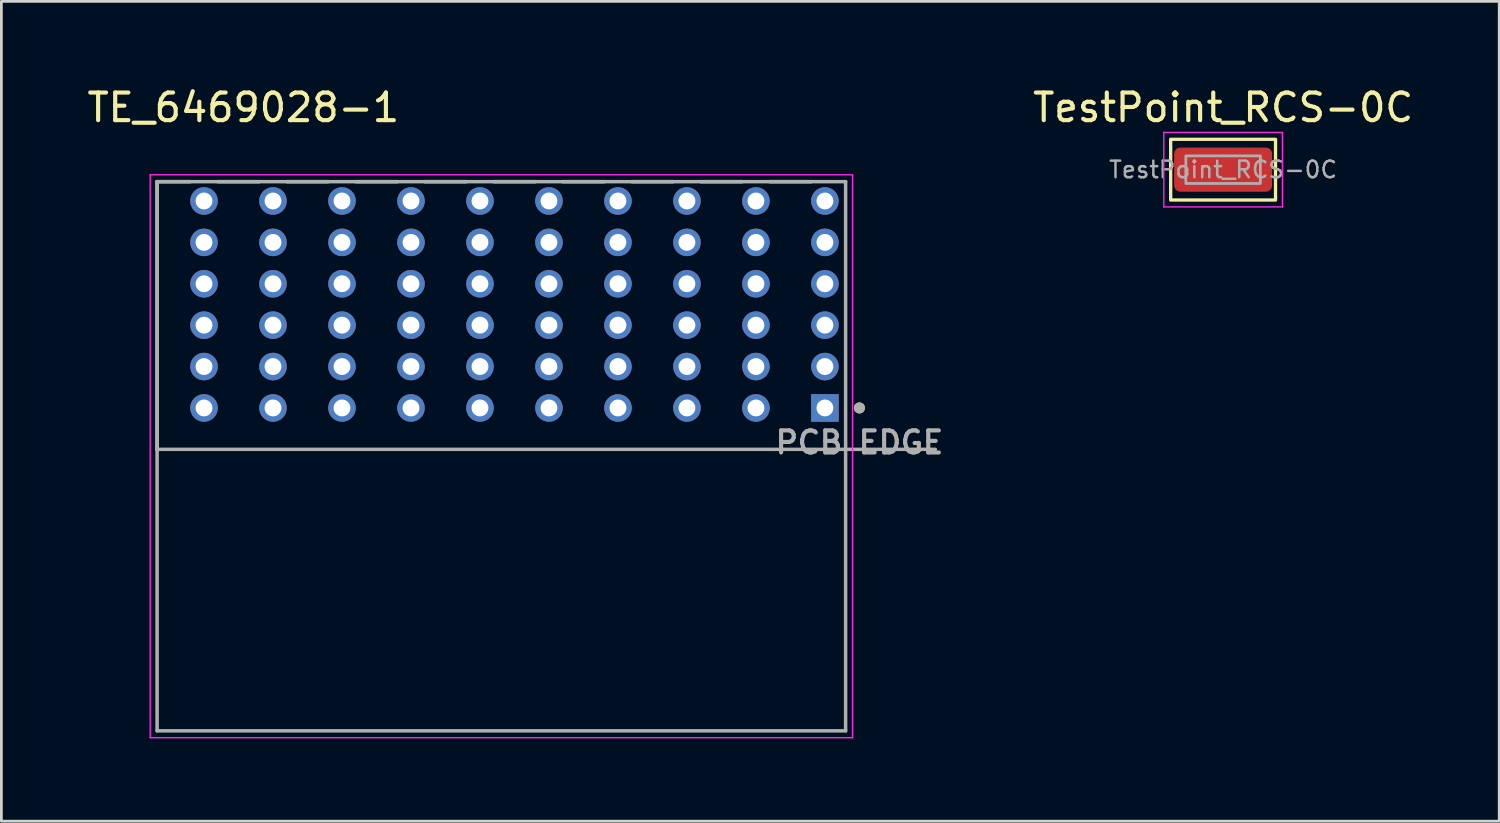
<source format=kicad_pcb>
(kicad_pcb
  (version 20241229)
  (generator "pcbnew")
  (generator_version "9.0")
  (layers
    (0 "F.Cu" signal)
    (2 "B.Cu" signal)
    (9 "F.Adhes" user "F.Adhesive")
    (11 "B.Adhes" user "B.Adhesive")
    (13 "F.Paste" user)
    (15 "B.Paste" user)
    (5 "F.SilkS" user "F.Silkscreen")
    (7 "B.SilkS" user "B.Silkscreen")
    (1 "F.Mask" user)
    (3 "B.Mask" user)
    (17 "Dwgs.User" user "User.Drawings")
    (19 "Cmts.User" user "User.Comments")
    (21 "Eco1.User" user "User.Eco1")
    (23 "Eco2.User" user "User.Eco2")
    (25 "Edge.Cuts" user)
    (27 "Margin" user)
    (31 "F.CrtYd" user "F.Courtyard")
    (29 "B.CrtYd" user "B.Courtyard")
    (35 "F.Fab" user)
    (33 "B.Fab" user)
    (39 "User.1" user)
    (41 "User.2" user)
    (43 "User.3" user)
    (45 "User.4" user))
  (footprint "TestPoint_RCS-0C"
    (layer "F.Cu")
    (at 41.272 3.098)
    (property "Reference" "TestPoint_RCS-0C" (at 0 -2.25 0) (layer "F.SilkS") (effects (font (size 1 1) (thickness 0.15))))
    (attr smd)
    (fp_rect (start -1.9 -1.1) (end 1.9 1.1) (stroke (width 0.12) (type default)) (fill no) (layer "F.SilkS"))
    (fp_line (start -2.15 -1.35) (end 2.15 -1.35) (stroke (width 0.05) (type solid)) (layer "F.CrtYd"))
    (fp_line (start -2.15 1.35) (end -2.15 -1.35) (stroke (width 0.05) (type solid)) (layer "F.CrtYd"))
    (fp_line (start 2.15 -1.35) (end 2.15 1.35) (stroke (width 0.05) (type solid)) (layer "F.CrtYd"))
    (fp_line (start 2.15 1.35) (end -2.15 1.35) (stroke (width 0.05) (type solid)) (layer "F.CrtYd"))
    (fp_rect (start -1.35 -0.5) (end 1.35 0.5) (stroke (width 0.1) (type default)) (fill no) (layer "F.Fab"))
    (fp_text user "${REFERENCE}" (at 0 0 0) (layer "F.Fab") (effects (font (size 0.6 0.6) (thickness 0.09))))
    (pad "1" smd roundrect (at 0 0) (size 3.55 1.6) (layers "F.Cu" "F.Mask" "F.Paste") (roundrect_rratio 0.139)))
  (footprint "TE_6469028-1"
    (layer "F.Cu")
    (at 26.843 11.733)
    (property "Reference" "TE_6469028-1" (at -21.075 -10.885 0) (layer "F.SilkS") (effects (font (size 1 1) (thickness 0.15))))
    (attr through_hole)
    (fp_line (start -24.2 -8.2) (end -24.2 1.5) (stroke (width 0.127) (type solid)) (layer "F.SilkS"))
    (fp_line (start -24.2 -8.2) (end -23 -8.2) (stroke (width 0.127) (type solid)) (layer "F.SilkS"))
    (fp_line (start -22 -8.2) (end -20.5 -8.2) (stroke (width 0.127) (type solid)) (layer "F.SilkS"))
    (fp_line (start -19.5 -8.2) (end -18 -8.2) (stroke (width 0.127) (type solid)) (layer "F.SilkS"))
    (fp_line (start -17 -8.2) (end -15.5 -8.2) (stroke (width 0.127) (type solid)) (layer "F.SilkS"))
    (fp_line (start -14.5 -8.2) (end -13 -8.2) (stroke (width 0.127) (type solid)) (layer "F.SilkS"))
    (fp_line (start -12 -8.2) (end -10.5 -8.2) (stroke (width 0.127) (type solid)) (layer "F.SilkS"))
    (fp_line (start -9.5 -8.2) (end -8 -8.2) (stroke (width 0.127) (type solid)) (layer "F.SilkS"))
    (fp_line (start -7 -8.2) (end -5.5 -8.2) (stroke (width 0.127) (type solid)) (layer "F.SilkS"))
    (fp_line (start -4.5 -8.2) (end -3 -8.2) (stroke (width 0.127) (type solid)) (layer "F.SilkS"))
    (fp_line (start -2 -8.2) (end -0.5 -8.2) (stroke (width 0.127) (type solid)) (layer "F.SilkS"))
    (fp_circle (center 1.25 0) (end 1.35 0) (stroke (width 0.2) (type solid)) (fill no) (layer "F.SilkS"))
    (fp_line (start -24.45 -8.45) (end 1 -8.45) (stroke (width 0.05) (type solid)) (layer "F.CrtYd"))
    (fp_line (start -24.45 11.95) (end -24.45 -8.45) (stroke (width 0.05) (type solid)) (layer "F.CrtYd"))
    (fp_line (start 1 -8.45) (end 1 11.95) (stroke (width 0.05) (type solid)) (layer "F.CrtYd"))
    (fp_line (start 1 11.95) (end -24.45 11.95) (stroke (width 0.05) (type solid)) (layer "F.CrtYd"))
    (fp_line (start -24.2 -8.2) (end -24.2 1.5) (stroke (width 0.127) (type solid)) (layer "F.Fab"))
    (fp_line (start -24.2 -8.2) (end 0.75 -8.2) (stroke (width 0.127) (type solid)) (layer "F.Fab"))
    (fp_line (start -24.2 1.5) (end -24.2 11.7) (stroke (width 0.127) (type solid)) (layer "F.Fab"))
    (fp_line (start -24.2 1.5) (end 4 1.5) (stroke (width 0.127) (type solid)) (layer "F.Fab"))
    (fp_line (start -24.2 11.7) (end 0.75 11.7) (stroke (width 0.127) (type solid)) (layer "F.Fab"))
    (fp_line (start 0.75 -8.2) (end 0.75 11.7) (stroke (width 0.127) (type solid)) (layer "F.Fab"))
    (fp_circle (center 1.25 0) (end 1.35 0) (stroke (width 0.2) (type solid)) (fill no) (layer "F.Fab"))
    (fp_text user "PCB EDGE" (at 1.25 1.25 0) (layer "F.Fab") (effects (font (size 0.8 0.8) (thickness 0.15))))
    (pad "A1" thru_hole rect (at 0 0) (size 1 1) (drill 0.61) (layers "*.Cu" "*.Mask"))
    (pad "A2" thru_hole circle (at -2.5 0) (size 1 1) (drill 0.61) (layers "*.Cu" "*.Mask"))
    (pad "A3" thru_hole circle (at -5 0) (size 1 1) (drill 0.61) (layers "*.Cu" "*.Mask"))
    (pad "A4" thru_hole circle (at -7.5 0) (size 1 1) (drill 0.61) (layers "*.Cu" "*.Mask"))
    (pad "A5" thru_hole circle (at -10 0) (size 1 1) (drill 0.61) (layers "*.Cu" "*.Mask"))
    (pad "A6" thru_hole circle (at -12.5 0) (size 1 1) (drill 0.61) (layers "*.Cu" "*.Mask"))
    (pad "A7" thru_hole circle (at -15 0) (size 1 1) (drill 0.61) (layers "*.Cu" "*.Mask"))
    (pad "A8" thru_hole circle (at -17.5 0) (size 1 1) (drill 0.61) (layers "*.Cu" "*.Mask"))
    (pad "A9" thru_hole circle (at -20 0) (size 1 1) (drill 0.61) (layers "*.Cu" "*.Mask"))
    (pad "A10" thru_hole circle (at -22.5 0) (size 1 1) (drill 0.61) (layers "*.Cu" "*.Mask"))
    (pad "B1" thru_hole circle (at 0 -1.5) (size 1 1) (drill 0.61) (layers "*.Cu" "*.Mask"))
    (pad "B2" thru_hole circle (at -2.5 -1.5) (size 1 1) (drill 0.61) (layers "*.Cu" "*.Mask"))
    (pad "B3" thru_hole circle (at -5 -1.5) (size 1 1) (drill 0.61) (layers "*.Cu" "*.Mask"))
    (pad "B4" thru_hole circle (at -7.5 -1.5) (size 1 1) (drill 0.61) (layers "*.Cu" "*.Mask"))
    (pad "B5" thru_hole circle (at -10 -1.5) (size 1 1) (drill 0.61) (layers "*.Cu" "*.Mask"))
    (pad "B6" thru_hole circle (at -12.5 -1.5) (size 1 1) (drill 0.61) (layers "*.Cu" "*.Mask"))
    (pad "B7" thru_hole circle (at -15 -1.5) (size 1 1) (drill 0.61) (layers "*.Cu" "*.Mask"))
    (pad "B8" thru_hole circle (at -17.5 -1.5) (size 1 1) (drill 0.61) (layers "*.Cu" "*.Mask"))
    (pad "B9" thru_hole circle (at -20 -1.5) (size 1 1) (drill 0.61) (layers "*.Cu" "*.Mask"))
    (pad "B10" thru_hole circle (at -22.5 -1.5) (size 1 1) (drill 0.61) (layers "*.Cu" "*.Mask"))
    (pad "BG1" thru_hole circle (at 0 -3) (size 1 1) (drill 0.61) (layers "*.Cu" "*.Mask"))
    (pad "BG2" thru_hole circle (at -2.5 -3) (size 1 1) (drill 0.61) (layers "*.Cu" "*.Mask"))
    (pad "BG3" thru_hole circle (at -5 -3) (size 1 1) (drill 0.61) (layers "*.Cu" "*.Mask"))
    (pad "BG4" thru_hole circle (at -7.5 -3) (size 1 1) (drill 0.61) (layers "*.Cu" "*.Mask"))
    (pad "BG5" thru_hole circle (at -10 -3) (size 1 1) (drill 0.61) (layers "*.Cu" "*.Mask"))
    (pad "BG6" thru_hole circle (at -12.5 -3) (size 1 1) (drill 0.61) (layers "*.Cu" "*.Mask"))
    (pad "BG7" thru_hole circle (at -15 -3) (size 1 1) (drill 0.61) (layers "*.Cu" "*.Mask"))
    (pad "BG8" thru_hole circle (at -17.5 -3) (size 1 1) (drill 0.61) (layers "*.Cu" "*.Mask"))
    (pad "BG9" thru_hole circle (at -20 -3) (size 1 1) (drill 0.61) (layers "*.Cu" "*.Mask"))
    (pad "BG10" thru_hole circle (at -22.5 -3) (size 1 1) (drill 0.61) (layers "*.Cu" "*.Mask"))
    (pad "C1" thru_hole circle (at 0 -4.5) (size 1 1) (drill 0.61) (layers "*.Cu" "*.Mask"))
    (pad "C2" thru_hole circle (at -2.5 -4.5) (size 1 1) (drill 0.61) (layers "*.Cu" "*.Mask"))
    (pad "C3" thru_hole circle (at -5 -4.5) (size 1 1) (drill 0.61) (layers "*.Cu" "*.Mask"))
    (pad "C4" thru_hole circle (at -7.5 -4.5) (size 1 1) (drill 0.61) (layers "*.Cu" "*.Mask"))
    (pad "C5" thru_hole circle (at -10 -4.5) (size 1 1) (drill 0.61) (layers "*.Cu" "*.Mask"))
    (pad "C6" thru_hole circle (at -12.5 -4.5) (size 1 1) (drill 0.61) (layers "*.Cu" "*.Mask"))
    (pad "C7" thru_hole circle (at -15 -4.5) (size 1 1) (drill 0.61) (layers "*.Cu" "*.Mask"))
    (pad "C8" thru_hole circle (at -17.5 -4.5) (size 1 1) (drill 0.61) (layers "*.Cu" "*.Mask"))
    (pad "C9" thru_hole circle (at -20 -4.5) (size 1 1) (drill 0.61) (layers "*.Cu" "*.Mask"))
    (pad "C10" thru_hole circle (at -22.5 -4.5) (size 1 1) (drill 0.61) (layers "*.Cu" "*.Mask"))
    (pad "D1" thru_hole circle (at 0 -6) (size 1 1) (drill 0.61) (layers "*.Cu" "*.Mask"))
    (pad "D2" thru_hole circle (at -2.5 -6) (size 1 1) (drill 0.61) (layers "*.Cu" "*.Mask"))
    (pad "D3" thru_hole circle (at -5 -6) (size 1 1) (drill 0.61) (layers "*.Cu" "*.Mask"))
    (pad "D4" thru_hole circle (at -7.5 -6) (size 1 1) (drill 0.61) (layers "*.Cu" "*.Mask"))
    (pad "D5" thru_hole circle (at -10 -6) (size 1 1) (drill 0.61) (layers "*.Cu" "*.Mask"))
    (pad "D6" thru_hole circle (at -12.5 -6) (size 1 1) (drill 0.61) (layers "*.Cu" "*.Mask"))
    (pad "D7" thru_hole circle (at -15 -6) (size 1 1) (drill 0.61) (layers "*.Cu" "*.Mask"))
    (pad "D8" thru_hole circle (at -17.5 -6) (size 1 1) (drill 0.61) (layers "*.Cu" "*.Mask"))
    (pad "D9" thru_hole circle (at -20 -6) (size 1 1) (drill 0.61) (layers "*.Cu" "*.Mask"))
    (pad "D10" thru_hole circle (at -22.5 -6) (size 1 1) (drill 0.61) (layers "*.Cu" "*.Mask"))
    (pad "DG1" thru_hole circle (at 0 -7.5) (size 1 1) (drill 0.61) (layers "*.Cu" "*.Mask"))
    (pad "DG2" thru_hole circle (at -2.5 -7.5) (size 1 1) (drill 0.61) (layers "*.Cu" "*.Mask"))
    (pad "DG3" thru_hole circle (at -5 -7.5) (size 1 1) (drill 0.61) (layers "*.Cu" "*.Mask"))
    (pad "DG4" thru_hole circle (at -7.5 -7.5) (size 1 1) (drill 0.61) (layers "*.Cu" "*.Mask"))
    (pad "DG5" thru_hole circle (at -10 -7.5) (size 1 1) (drill 0.61) (layers "*.Cu" "*.Mask"))
    (pad "DG6" thru_hole circle (at -12.5 -7.5) (size 1 1) (drill 0.61) (layers "*.Cu" "*.Mask"))
    (pad "DG7" thru_hole circle (at -15 -7.5) (size 1 1) (drill 0.61) (layers "*.Cu" "*.Mask"))
    (pad "DG8" thru_hole circle (at -17.5 -7.5) (size 1 1) (drill 0.61) (layers "*.Cu" "*.Mask"))
    (pad "DG9" thru_hole circle (at -20 -7.5) (size 1 1) (drill 0.61) (layers "*.Cu" "*.Mask"))
    (pad "DG10" thru_hole circle (at -22.5 -7.5) (size 1 1) (drill 0.61) (layers "*.Cu" "*.Mask")))
  (gr_rect
    (start -3 -3)
    (end 51.278 26.708)
    (stroke (width 0.1) (type default))
    (fill no)
    (layer "Edge.Cuts")))
</source>
